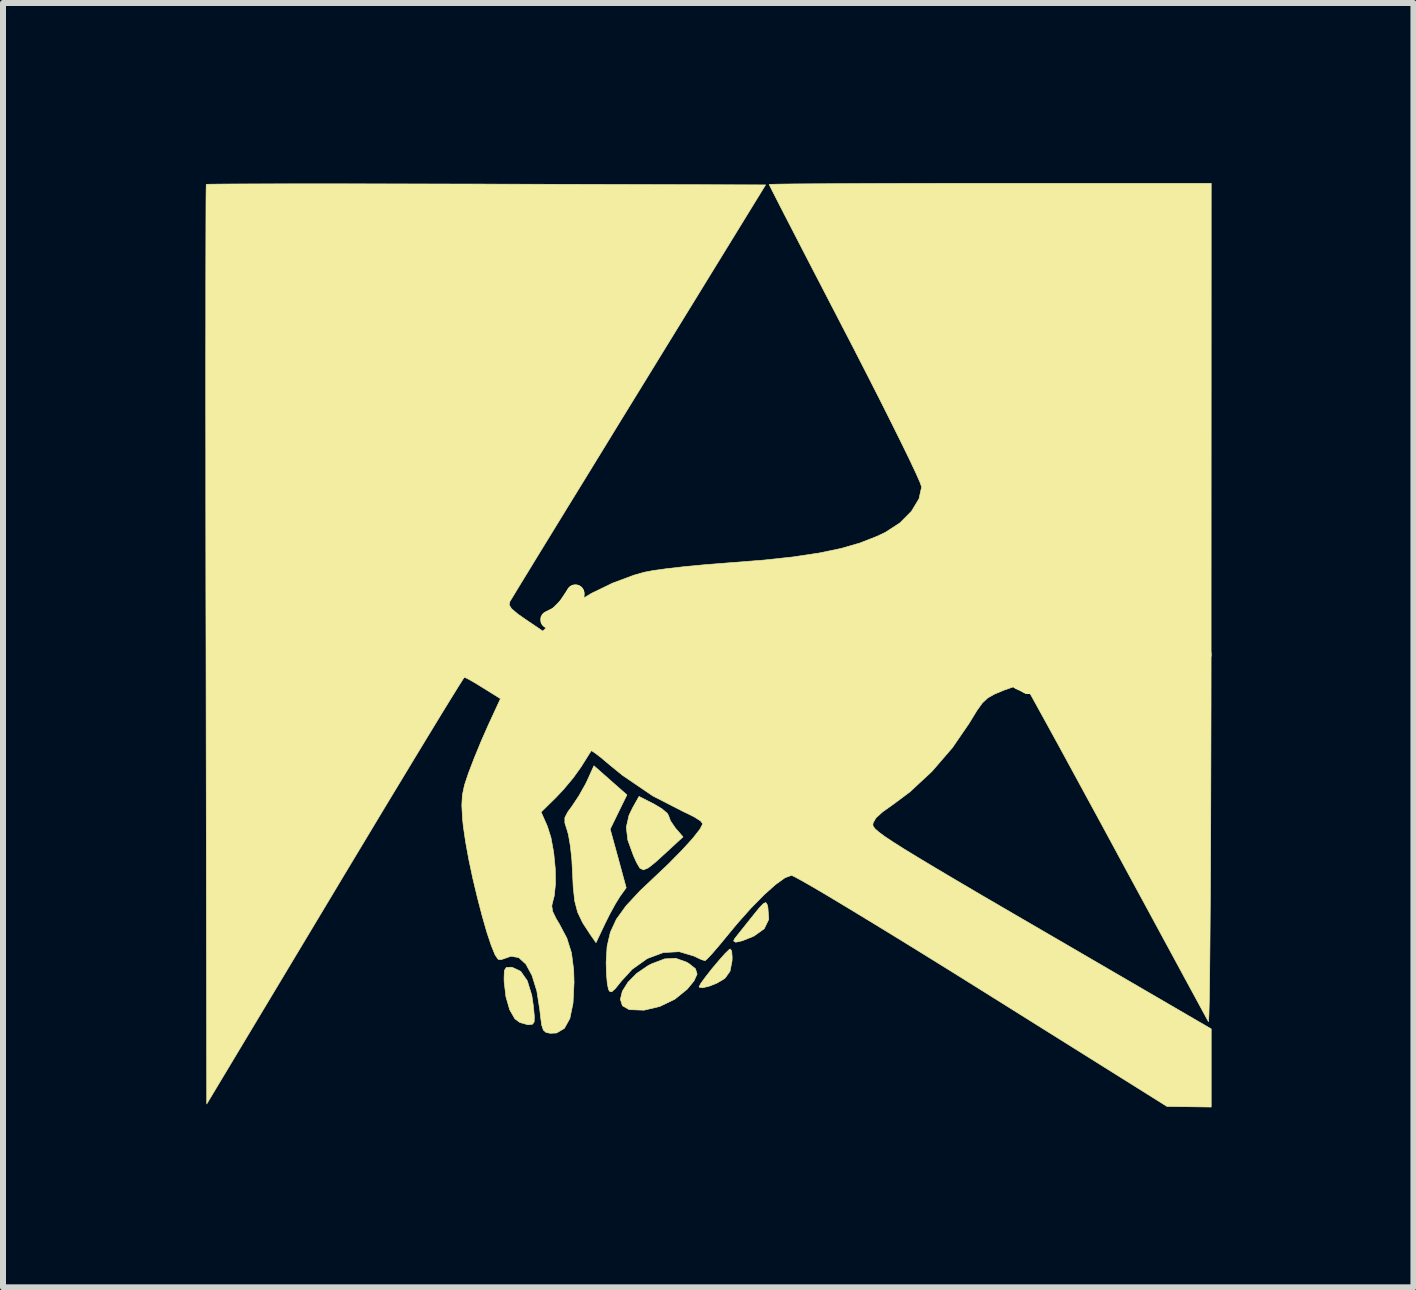
<source format=kicad_pcb>
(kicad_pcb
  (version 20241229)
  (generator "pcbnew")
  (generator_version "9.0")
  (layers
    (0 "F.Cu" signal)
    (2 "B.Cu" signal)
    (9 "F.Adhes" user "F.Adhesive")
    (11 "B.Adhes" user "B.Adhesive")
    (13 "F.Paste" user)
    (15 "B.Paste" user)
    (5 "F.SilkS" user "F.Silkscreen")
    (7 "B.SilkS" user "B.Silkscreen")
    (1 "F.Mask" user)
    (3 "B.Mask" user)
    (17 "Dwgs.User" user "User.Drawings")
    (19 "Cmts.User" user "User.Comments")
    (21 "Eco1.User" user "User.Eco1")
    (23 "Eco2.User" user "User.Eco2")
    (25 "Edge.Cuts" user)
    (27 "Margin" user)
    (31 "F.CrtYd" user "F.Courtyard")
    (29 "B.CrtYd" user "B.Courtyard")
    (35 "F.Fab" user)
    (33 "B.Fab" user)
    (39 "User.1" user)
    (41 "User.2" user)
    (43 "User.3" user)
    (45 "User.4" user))
  (footprint "ESD 16,8x15,4"
    (layer "F.Cu")
    (at 8.752 7.676)
    (property "Reference" "ESD 16,8x15,4" (at 0 0 0) (layer "F.SilkS") (effects (font (size 1.524 1.524) (thickness 0.3))))
    (attr through_hole)
    (fp_poly (pts (xy 0.983 4.35) (xy 0.994 4.392) (xy 1.009 4.594) (xy 0.934 4.75) (xy 0.766 4.87) (xy 0.748 4.879) (xy 0.569 4.951) (xy 0.458 4.976) (xy 0.423 4.954) (xy 0.442 4.915) (xy 0.496 4.846) (xy 0.594 4.723) (xy 0.715 4.571) (xy 0.726 4.557) (xy 0.847 4.408) (xy 0.92 4.331) (xy 0.96 4.314) (xy 0.983 4.35)) (stroke (width 0.01) (type solid)) (fill yes) (layer "F.SilkS"))
    (fp_poly (pts (xy 0.391 5.121) (xy 0.399 5.228) (xy 0.397 5.286) (xy 0.364 5.457) (xy 0.285 5.569) (xy 0.254 5.593) (xy 0.141 5.659) (xy 0.014 5.709) (xy -0.093 5.734) (xy -0.15 5.725) (xy -0.152 5.717) (xy -0.122 5.66) (xy -0.043 5.552) (xy 0.063 5.417) (xy 0.178 5.28) (xy 0.28 5.165) (xy 0.351 5.096) (xy 0.364 5.087) (xy 0.391 5.121)) (stroke (width 0.01) (type solid)) (fill yes) (layer "F.SilkS"))
    (fp_poly (pts (xy -3.266 5.394) (xy -3.125 5.46) (xy -3.015 5.618) (xy -2.94 5.861) (xy -2.914 6.037) (xy -2.898 6.208) (xy -2.9 6.302) (xy -2.927 6.341) (xy -2.987 6.35) (xy -3.007 6.35) (xy -3.139 6.313) (xy -3.222 6.252) (xy -3.308 6.102) (xy -3.371 5.885) (xy -3.401 5.632) (xy -3.402 5.572) (xy -3.397 5.447) (xy -3.365 5.396) (xy -3.285 5.392) (xy -3.266 5.394)) (stroke (width 0.01) (type solid)) (fill yes) (layer "F.SilkS"))
    (fp_poly (pts (xy -0.907 2.671) (xy -0.77 2.753) (xy -0.68 2.83) (xy -0.66 2.868) (xy -0.629 2.953) (xy -0.553 3.065) (xy -0.54 3.081) (xy -0.42 3.22) (xy -0.699 3.477) (xy -0.878 3.64) (xy -1 3.737) (xy -1.08 3.77) (xy -1.139 3.741) (xy -1.193 3.65) (xy -1.246 3.532) (xy -1.34 3.273) (xy -1.365 3.059) (xy -1.32 2.861) (xy -1.262 2.74) (xy -1.153 2.546) (xy -0.907 2.671)) (stroke (width 0.01) (type solid)) (fill yes) (layer "F.SilkS"))
    (fp_poly (pts (xy -0.365 5.306) (xy -0.319 5.333) (xy -0.213 5.417) (xy -0.185 5.506) (xy -0.237 5.62) (xy -0.35 5.758) (xy -0.556 5.925) (xy -0.807 6.046) (xy -1.07 6.108) (xy -1.311 6.099) (xy -1.321 6.097) (xy -1.43 6.034) (xy -1.464 5.927) (xy -1.431 5.792) (xy -1.338 5.643) (xy -1.193 5.496) (xy -1.004 5.367) (xy -0.947 5.337) (xy -0.726 5.253) (xy -0.543 5.243) (xy -0.365 5.306)) (stroke (width 0.01) (type solid)) (fill yes) (layer "F.SilkS"))
    (fp_poly (pts (xy -1.355 2.52) (xy -1.634 3.091) (xy -1.5 3.579) (xy -1.367 4.068) (xy -1.471 4.213) (xy -1.547 4.336) (xy -1.643 4.511) (xy -1.722 4.67) (xy -1.87 4.983) (xy -1.969 4.841) (xy -2.093 4.65) (xy -2.176 4.476) (xy -2.225 4.288) (xy -2.25 4.054) (xy -2.26 3.841) (xy -2.273 3.596) (xy -2.298 3.365) (xy -2.33 3.182) (xy -2.348 3.118) (xy -2.389 2.988) (xy -2.389 2.899) (xy -2.341 2.806) (xy -2.272 2.712) (xy -2.156 2.538) (xy -2.044 2.339) (xy -2.013 2.275) (xy -1.905 2.035) (xy -1.355 2.52)) (stroke (width 0.01) (type solid)) (fill yes) (layer "F.SilkS"))
    (fp_poly (pts (xy 8.38 -0.648) (xy 8.38 0.194) (xy 8.379 1.004) (xy 8.377 1.778) (xy 8.375 2.511) (xy 8.373 3.195) (xy 8.37 3.826) (xy 8.366 4.399) (xy 8.362 4.907) (xy 8.358 5.345) (xy 8.354 5.708) (xy 8.349 5.989) (xy 8.344 6.183) (xy 8.339 6.285) (xy 8.336 6.299) (xy 8.304 6.242) (xy 8.229 6.103) (xy 8.114 5.891) (xy 7.963 5.613) (xy 7.782 5.278) (xy 7.573 4.893) (xy 7.342 4.466) (xy 7.092 4.005) (xy 6.828 3.518) (xy 6.808 3.48) (xy 6.544 2.992) (xy 6.293 2.531) (xy 6.061 2.104) (xy 5.851 1.718) (xy 5.667 1.383) (xy 5.514 1.105) (xy 5.397 0.892) (xy 5.318 0.753) (xy 5.283 0.694) (xy 5.283 0.693) (xy 5.218 0.689) (xy 5.089 0.719) (xy 4.922 0.777) (xy 4.92 0.778) (xy 4.766 0.843) (xy 4.656 0.906) (xy 4.568 0.989) (xy 4.478 1.114) (xy 4.362 1.304) (xy 4.353 1.32) (xy 4.069 1.734) (xy 3.729 2.128) (xy 3.359 2.472) (xy 3.092 2.671) (xy 2.905 2.804) (xy 2.795 2.904) (xy 2.748 2.987) (xy 2.743 3.021) (xy 2.752 3.05) (xy 2.784 3.089) (xy 2.844 3.141) (xy 2.938 3.211) (xy 3.073 3.301) (xy 3.254 3.416) (xy 3.488 3.559) (xy 3.781 3.735) (xy 4.139 3.947) (xy 4.567 4.199) (xy 5.073 4.494) (xy 5.563 4.779) (xy 8.382 6.42) (xy 8.382 7.722) (xy 8.014 7.717) (xy 7.645 7.712) (xy 4.572 5.787) (xy 4.063 5.469) (xy 3.578 5.168) (xy 3.122 4.887) (xy 2.705 4.632) (xy 2.331 4.405) (xy 2.01 4.212) (xy 1.748 4.057) (xy 1.551 3.945) (xy 1.428 3.878) (xy 1.387 3.862) (xy 1.281 3.9) (xy 1.126 4.011) (xy 0.934 4.182) (xy 0.715 4.404) (xy 0.482 4.666) (xy 0.334 4.845) (xy 0.189 5.021) (xy 0.066 5.164) (xy -0.02 5.256) (xy -0.054 5.283) (xy -0.12 5.262) (xy -0.23 5.21) (xy -0.235 5.207) (xy -0.483 5.133) (xy -0.749 5.148) (xy -1.015 5.247) (xy -1.267 5.426) (xy -1.446 5.621) (xy -1.548 5.748) (xy -1.608 5.802) (xy -1.645 5.793) (xy -1.663 5.759) (xy -1.682 5.662) (xy -1.696 5.499) (xy -1.701 5.309) (xy -1.685 5.043) (xy -1.631 4.81) (xy -1.53 4.592) (xy -1.369 4.369) (xy -1.14 4.123) (xy -0.946 3.939) (xy -0.669 3.677) (xy -0.436 3.441) (xy -0.256 3.243) (xy -0.137 3.091) (xy -0.091 3.003) (xy -0.127 2.955) (xy -0.235 2.886) (xy -0.392 2.809) (xy -0.406 2.803) (xy -0.923 2.538) (xy -1.427 2.195) (xy -1.641 2.021) (xy -1.782 1.902) (xy -1.89 1.819) (xy -1.946 1.784) (xy -1.949 1.785) (xy -1.981 1.834) (xy -2.05 1.944) (xy -2.121 2.057) (xy -2.248 2.234) (xy -2.41 2.428) (xy -2.533 2.559) (xy -2.785 2.807) (xy -2.681 3.042) (xy -2.62 3.235) (xy -2.575 3.482) (xy -2.549 3.748) (xy -2.545 4.001) (xy -2.566 4.204) (xy -2.582 4.264) (xy -2.607 4.366) (xy -2.594 4.46) (xy -2.535 4.582) (xy -2.483 4.668) (xy -2.356 4.908) (xy -2.279 5.153) (xy -2.242 5.438) (xy -2.236 5.645) (xy -2.253 5.992) (xy -2.306 6.247) (xy -2.397 6.411) (xy -2.527 6.488) (xy -2.634 6.493) (xy -2.704 6.478) (xy -2.747 6.44) (xy -2.775 6.356) (xy -2.796 6.203) (xy -2.806 6.106) (xy -2.856 5.788) (xy -2.936 5.53) (xy -3.038 5.341) (xy -3.158 5.231) (xy -3.288 5.209) (xy -3.354 5.233) (xy -3.452 5.266) (xy -3.5 5.261) (xy -3.551 5.188) (xy -3.615 5.031) (xy -3.689 4.809) (xy -3.767 4.537) (xy -3.846 4.234) (xy -3.922 3.916) (xy -3.989 3.601) (xy -4.043 3.305) (xy -4.081 3.045) (xy -4.094 2.921) (xy -4.106 2.695) (xy -4.097 2.523) (xy -4.061 2.355) (xy -3.991 2.145) (xy -3.986 2.134) (xy -3.895 1.897) (xy -3.782 1.622) (xy -3.669 1.366) (xy -3.655 1.335) (xy -3.462 0.917) (xy -3.749 0.738) (xy -3.898 0.647) (xy -4.011 0.583) (xy -4.063 0.559) (xy -4.092 0.601) (xy -4.17 0.725) (xy -4.292 0.922) (xy -4.455 1.187) (xy -4.654 1.514) (xy -4.886 1.896) (xy -5.146 2.326) (xy -5.431 2.797) (xy -5.736 3.305) (xy -6.059 3.841) (xy -6.223 4.115) (xy -8.357 7.671) (xy -8.369 0.017) (xy -8.371 -0.856) (xy -8.372 -1.702) (xy -8.373 -2.514) (xy -8.373 -3.287) (xy -8.374 -4.016) (xy -8.374 -4.695) (xy -8.373 -5.317) (xy -8.373 -5.879) (xy -8.372 -6.373) (xy -8.371 -6.796) (xy -8.37 -7.14) (xy -8.369 -7.401) (xy -8.367 -7.573) (xy -8.365 -7.65) (xy -8.365 -7.654) (xy -8.313 -7.656) (xy -8.166 -7.658) (xy -7.932 -7.66) (xy -7.618 -7.661) (xy -7.231 -7.662) (xy -6.778 -7.663) (xy -6.266 -7.663) (xy -5.703 -7.662) (xy -5.095 -7.661) (xy -4.45 -7.66) (xy -3.774 -7.659) (xy -3.696 -7.658) (xy 0.956 -7.645) (xy -1.151 -4.216) (xy -1.482 -3.678) (xy -1.798 -3.162) (xy -2.095 -2.678) (xy -2.37 -2.231) (xy -2.617 -1.828) (xy -2.833 -1.476) (xy -3.013 -1.181) (xy -3.154 -0.951) (xy -3.251 -0.791) (xy -3.301 -0.709) (xy -3.306 -0.701) (xy -3.317 -0.645) (xy -3.277 -0.581) (xy -3.172 -0.493) (xy -3.055 -0.411) (xy -2.757 -0.209) (xy -2.499 -0.457) (xy -2.258 -0.649) (xy -1.946 -0.838) (xy -1.596 -1.008) (xy -1.236 -1.142) (xy -1.067 -1.19) (xy -0.914 -1.219) (xy -0.681 -1.251) (xy -0.39 -1.284) (xy -0.062 -1.315) (xy 0.282 -1.342) (xy 0.33 -1.346) (xy 0.919 -1.392) (xy 1.42 -1.446) (xy 1.846 -1.51) (xy 2.211 -1.586) (xy 2.527 -1.677) (xy 2.808 -1.787) (xy 2.951 -1.854) (xy 3.194 -2.012) (xy 3.387 -2.206) (xy 3.513 -2.415) (xy 3.556 -2.611) (xy 3.533 -2.679) (xy 3.467 -2.829) (xy 3.363 -3.051) (xy 3.224 -3.336) (xy 3.055 -3.677) (xy 2.861 -4.064) (xy 2.645 -4.488) (xy 2.413 -4.941) (xy 2.286 -5.186) (xy 2.047 -5.647) (xy 1.823 -6.08) (xy 1.617 -6.477) (xy 1.435 -6.831) (xy 1.28 -7.131) (xy 1.157 -7.371) (xy 1.07 -7.542) (xy 1.023 -7.636) (xy 1.016 -7.652) (xy 1.065 -7.655) (xy 1.209 -7.658) (xy 1.437 -7.661) (xy 1.744 -7.663) (xy 2.12 -7.665) (xy 2.557 -7.667) (xy 3.049 -7.669) (xy 3.586 -7.67) (xy 4.16 -7.671) (xy 4.699 -7.671) (xy 8.382 -7.671) (xy 8.38 -0.648)) (stroke (width 0.01) (type solid)) (fill yes) (layer "F.SilkS")))
  (gr_rect
    (start -3 -3)
    (end 20.504 18.402)
    (stroke (width 0.1) (type default))
    (fill no)
    (layer "Edge.Cuts")))
</source>
